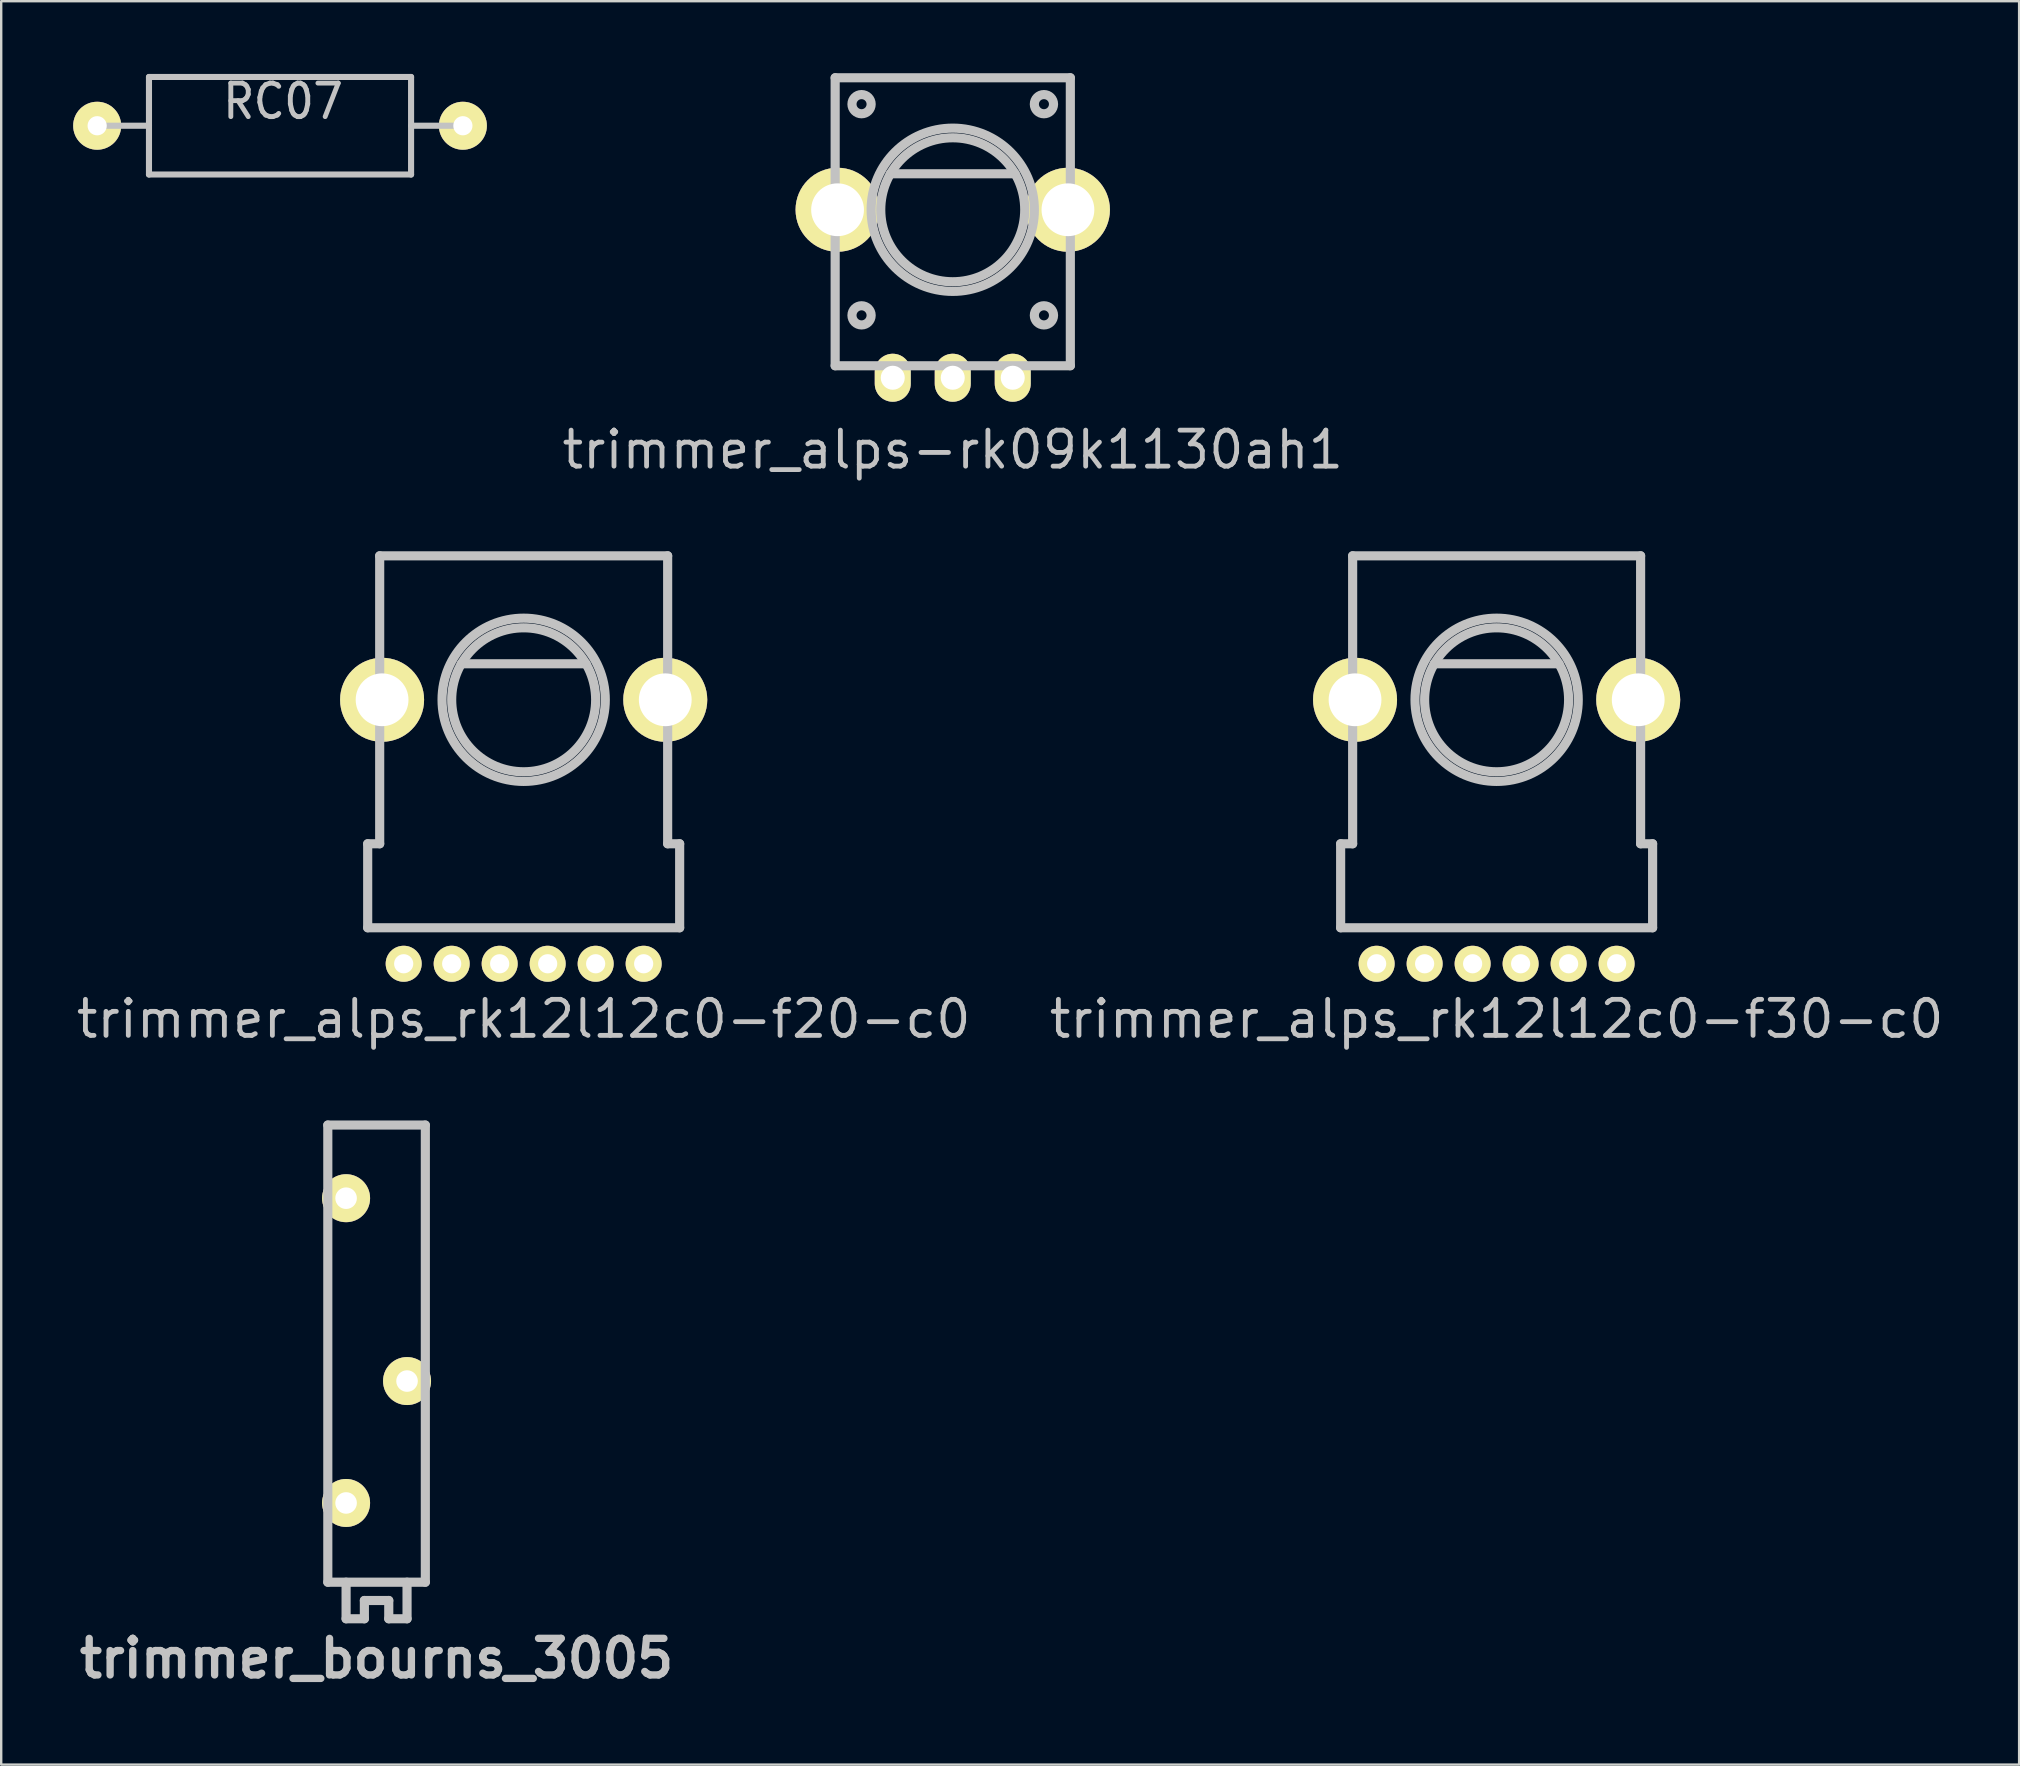
<source format=kicad_pcb>
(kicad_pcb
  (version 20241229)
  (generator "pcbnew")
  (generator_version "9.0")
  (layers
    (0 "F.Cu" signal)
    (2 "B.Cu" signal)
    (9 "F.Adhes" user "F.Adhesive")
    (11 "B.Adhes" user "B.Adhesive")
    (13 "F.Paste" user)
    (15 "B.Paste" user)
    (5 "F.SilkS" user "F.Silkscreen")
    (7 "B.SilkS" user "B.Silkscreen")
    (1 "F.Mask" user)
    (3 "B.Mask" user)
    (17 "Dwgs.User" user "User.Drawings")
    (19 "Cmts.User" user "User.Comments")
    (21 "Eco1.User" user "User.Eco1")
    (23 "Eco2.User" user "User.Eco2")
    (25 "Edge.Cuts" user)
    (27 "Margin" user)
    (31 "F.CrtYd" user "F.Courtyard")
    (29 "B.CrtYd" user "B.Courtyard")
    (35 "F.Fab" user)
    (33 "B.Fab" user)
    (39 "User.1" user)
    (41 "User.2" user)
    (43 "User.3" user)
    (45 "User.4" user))
  (footprint "trimmer_bourns_3005"
    (layer "F.Cu")
    (at 12.642 53.357)
    (property "Reference" "trimmer_bourns_3005" (at 0 12.7 0) (layer "Dwgs.User") (effects (font (size 1.524 1.524) (thickness 0.305))))
    (attr through_hole)
    (fp_line (start -2.032 -9.525) (end -2.032 9.525) (stroke (width 0.381) (type solid)) (layer "Dwgs.User"))
    (fp_line (start -2.032 9.525) (end 2.032 9.525) (stroke (width 0.381) (type solid)) (layer "Dwgs.User"))
    (fp_line (start -1.27 9.525) (end -1.27 11.049) (stroke (width 0.381) (type solid)) (layer "Dwgs.User"))
    (fp_line (start -0.508 10.287) (end 0.508 10.287) (stroke (width 0.381) (type solid)) (layer "Dwgs.User"))
    (fp_line (start -0.508 11.049) (end -1.27 11.049) (stroke (width 0.381) (type solid)) (layer "Dwgs.User"))
    (fp_line (start -0.508 11.049) (end -0.508 10.287) (stroke (width 0.381) (type solid)) (layer "Dwgs.User"))
    (fp_line (start 0.508 10.287) (end 0.508 11.049) (stroke (width 0.381) (type solid)) (layer "Dwgs.User"))
    (fp_line (start 0.508 11.049) (end 1.27 11.049) (stroke (width 0.381) (type solid)) (layer "Dwgs.User"))
    (fp_line (start 1.27 11.049) (end 1.27 9.525) (stroke (width 0.381) (type solid)) (layer "Dwgs.User"))
    (fp_line (start 2.032 -9.525) (end -2.032 -9.525) (stroke (width 0.381) (type solid)) (layer "Dwgs.User"))
    (fp_line (start 2.032 9.525) (end 2.032 -9.525) (stroke (width 0.381) (type solid)) (layer "Dwgs.User"))
    (pad "1" thru_hole oval (at -1.27 -6.477) (size 1.999 1.999) (drill 0.899) (layers "*.Cu" "*.Mask" "F.SilkS"))
    (pad "2" thru_hole oval (at 1.27 1.143) (size 1.999 1.999) (drill 0.899) (layers "*.Cu" "*.Mask" "F.SilkS"))
    (pad "3" thru_hole oval (at -1.27 6.223) (size 1.999 1.999) (drill 0.899) (layers "*.Cu" "*.Mask" "F.SilkS")))
  (footprint "trimmer_alps-rk09k1130ah1"
    (layer "F.Cu")
    (at 36.652 5.691)
    (property "Reference" "trimmer_alps-rk09k1130ah1" (at 0 10 0) (layer "Dwgs.User") (effects (font (size 1.501 1.501) (thickness 0.201))))
    (attr through_hole)
    (fp_line (start -4.9 -5.5) (end 4.9 -5.5) (stroke (width 0.381) (type solid)) (layer "Dwgs.User"))
    (fp_line (start -4.9 6.5) (end -4.9 -5.5) (stroke (width 0.381) (type solid)) (layer "Dwgs.User"))
    (fp_line (start -4.9 6.5) (end 4.9 6.5) (stroke (width 0.381) (type solid)) (layer "Dwgs.User"))
    (fp_line (start -2.601 -1.501) (end 2.601 -1.501) (stroke (width 0.381) (type solid)) (layer "Dwgs.User"))
    (fp_line (start 4.9 -5.5) (end 4.9 6.5) (stroke (width 0.381) (type solid)) (layer "Dwgs.User"))
    (fp_circle (center -3.8 -4.4) (end -4.2 -4.4) (stroke (width 0.381) (type solid)) (fill no) (layer "Dwgs.User"))
    (fp_circle (center -3.8 4.4) (end -4.2 4.4) (stroke (width 0.381) (type solid)) (fill no) (layer "Dwgs.User"))
    (fp_circle (center 0 0) (end -3.401 0) (stroke (width 0.381) (type solid)) (fill no) (layer "Dwgs.User"))
    (fp_circle (center 0 0) (end -3 0) (stroke (width 0.381) (type solid)) (fill no) (layer "Dwgs.User"))
    (fp_circle (center 3.8 -4.4) (end 3.4 -4.4) (stroke (width 0.381) (type solid)) (fill no) (layer "Dwgs.User"))
    (fp_circle (center 3.8 4.4) (end 4.2 4.4) (stroke (width 0.381) (type solid)) (fill no) (layer "Dwgs.User"))
    (pad "" thru_hole circle (at -4.8 0) (size 3.5 3.5) (drill 2.2) (layers "*.Cu" "*.Mask" "F.SilkS"))
    (pad "" thru_hole circle (at 4.8 0) (size 3.5 3.5) (drill 2.2) (layers "*.Cu" "*.Mask" "F.SilkS"))
    (pad "1" thru_hole oval (at -2.5 7) (size 1.5 2) (drill 1) (layers "*.Cu" "*.Mask" "F.SilkS"))
    (pad "2" thru_hole oval (at 0 7) (size 1.5 2) (drill 1) (layers "*.Cu" "*.Mask" "F.SilkS"))
    (pad "3" thru_hole oval (at 2.5 7) (size 1.5 2) (drill 1) (layers "*.Cu" "*.Mask" "F.SilkS")))
  (footprint "trimmer_alps_rk12l12c0-f30-c0"
    (layer "F.Cu")
    (at 59.316 26.111)
    (property "Reference" "trimmer_alps_rk12l12c0-f30-c0" (at 0 13.3 0) (layer "Dwgs.User") (effects (font (size 1.501 1.501) (thickness 0.201))))
    (attr through_hole)
    (fp_line (start -6.5 6) (end -6.5 9.5) (stroke (width 0.381) (type solid)) (layer "Dwgs.User"))
    (fp_line (start -6.5 9.5) (end 6.5 9.5) (stroke (width 0.381) (type solid)) (layer "Dwgs.User"))
    (fp_line (start -6 -6) (end -6 6) (stroke (width 0.381) (type solid)) (layer "Dwgs.User"))
    (fp_line (start -6 -6) (end 6 -6) (stroke (width 0.381) (type solid)) (layer "Dwgs.User"))
    (fp_line (start -6 6) (end -6.5 6) (stroke (width 0.381) (type solid)) (layer "Dwgs.User"))
    (fp_line (start -2.601 -1.501) (end 2.601 -1.501) (stroke (width 0.381) (type solid)) (layer "Dwgs.User"))
    (fp_line (start 6 -6) (end 6 6) (stroke (width 0.381) (type solid)) (layer "Dwgs.User"))
    (fp_line (start 6.5 6) (end 6 6) (stroke (width 0.381) (type solid)) (layer "Dwgs.User"))
    (fp_line (start 6.5 9.5) (end 6.5 6) (stroke (width 0.381) (type solid)) (layer "Dwgs.User"))
    (fp_circle (center 0 0) (end -3.401 0) (stroke (width 0.381) (type solid)) (fill no) (layer "Dwgs.User"))
    (fp_circle (center 0 0) (end -3 0) (stroke (width 0.381) (type solid)) (fill no) (layer "Dwgs.User"))
    (pad "" thru_hole circle (at -5.9 0) (size 3.5 3.5) (drill 2.2) (layers "*.Cu" "*.Mask" "F.SilkS"))
    (pad "" thru_hole circle (at 5.9 0) (size 3.5 3.5) (drill 2.2) (layers "*.Cu" "*.Mask" "F.SilkS"))
    (pad "1" thru_hole oval (at -1 11) (size 1.5 1.5) (drill 0.8) (layers "*.Cu" "*.Mask" "F.SilkS"))
    (pad "2" thru_hole oval (at 1 11) (size 1.5 1.5) (drill 0.8) (layers "*.Cu" "*.Mask" "F.SilkS"))
    (pad "3" thru_hole oval (at 3 11) (size 1.5 1.5) (drill 0.8) (layers "*.Cu" "*.Mask" "F.SilkS"))
    (pad "4" thru_hole oval (at -3 11) (size 1.5 1.5) (drill 0.8) (layers "*.Cu" "*.Mask" "F.SilkS"))
    (pad "5" thru_hole oval (at -5 11) (size 1.5 1.5) (drill 0.8) (layers "*.Cu" "*.Mask" "F.SilkS"))
    (pad "6" thru_hole oval (at 5 11) (size 1.5 1.5) (drill 0.8) (layers "*.Cu" "*.Mask" "F.SilkS")))
  (footprint "RC07"
    (layer "F.Cu")
    (at 8.619 2.19)
    (property "Reference" "RC07" (at 0.127 -1.016 0) (layer "Dwgs.User") (effects (font (size 1.397 1.27) (thickness 0.203))))
    (attr through_hole)
    (fp_line (start -7.62 0) (end -5.461 0) (stroke (width 0.254) (type solid)) (layer "Dwgs.User"))
    (fp_line (start -5.461 -2.032) (end 5.461 -2.032) (stroke (width 0.254) (type solid)) (layer "Dwgs.User"))
    (fp_line (start -5.461 0) (end -5.461 -2.032) (stroke (width 0.254) (type solid)) (layer "Dwgs.User"))
    (fp_line (start -5.461 2.032) (end -5.461 0) (stroke (width 0.254) (type solid)) (layer "Dwgs.User"))
    (fp_line (start 5.461 -2.032) (end 5.461 2.032) (stroke (width 0.254) (type solid)) (layer "Dwgs.User"))
    (fp_line (start 5.461 0) (end 7.62 0) (stroke (width 0.254) (type solid)) (layer "Dwgs.User"))
    (fp_line (start 5.461 2.032) (end -5.461 2.032) (stroke (width 0.254) (type solid)) (layer "Dwgs.User"))
    (pad "1" thru_hole circle (at -7.62 0) (size 1.999 1.999) (drill 0.8) (layers "*.Cu" "*.Mask" "F.SilkS"))
    (pad "2" thru_hole circle (at 7.62 0) (size 1.999 1.999) (drill 0.8) (layers "*.Cu" "*.Mask" "F.SilkS")))
  (footprint "trimmer_alps_rk12l12c0-f20-c0"
    (layer "F.Cu")
    (at 18.772 26.111)
    (property "Reference" "trimmer_alps_rk12l12c0-f20-c0" (at 0 13.3 0) (layer "Dwgs.User") (effects (font (size 1.501 1.501) (thickness 0.201))))
    (attr through_hole)
    (fp_line (start -6.5 6) (end -6.5 9.5) (stroke (width 0.381) (type solid)) (layer "Dwgs.User"))
    (fp_line (start -6.5 9.5) (end 6.5 9.5) (stroke (width 0.381) (type solid)) (layer "Dwgs.User"))
    (fp_line (start -6 -6) (end -6 6) (stroke (width 0.381) (type solid)) (layer "Dwgs.User"))
    (fp_line (start -6 -6) (end 6 -6) (stroke (width 0.381) (type solid)) (layer "Dwgs.User"))
    (fp_line (start -6 6) (end -6.5 6) (stroke (width 0.381) (type solid)) (layer "Dwgs.User"))
    (fp_line (start -2.601 -1.501) (end 2.601 -1.501) (stroke (width 0.381) (type solid)) (layer "Dwgs.User"))
    (fp_line (start 6 -6) (end 6 6) (stroke (width 0.381) (type solid)) (layer "Dwgs.User"))
    (fp_line (start 6.5 6) (end 6 6) (stroke (width 0.381) (type solid)) (layer "Dwgs.User"))
    (fp_line (start 6.5 9.5) (end 6.5 6) (stroke (width 0.381) (type solid)) (layer "Dwgs.User"))
    (fp_circle (center 0 0) (end -3.401 0) (stroke (width 0.381) (type solid)) (fill no) (layer "Dwgs.User"))
    (fp_circle (center 0 0) (end -3 0) (stroke (width 0.381) (type solid)) (fill no) (layer "Dwgs.User"))
    (pad "" thru_hole circle (at -5.9 0) (size 3.5 3.5) (drill 2.2) (layers "*.Cu" "*.Mask" "F.SilkS"))
    (pad "" thru_hole circle (at 5.9 0) (size 3.5 3.5) (drill 2.2) (layers "*.Cu" "*.Mask" "F.SilkS"))
    (pad "1" thru_hole oval (at -1 11) (size 1.5 1.5) (drill 0.8) (layers "*.Cu" "*.Mask" "F.SilkS"))
    (pad "2" thru_hole oval (at 1 11) (size 1.5 1.5) (drill 0.8) (layers "*.Cu" "*.Mask" "F.SilkS"))
    (pad "3" thru_hole oval (at 3 11) (size 1.5 1.5) (drill 0.8) (layers "*.Cu" "*.Mask" "F.SilkS"))
    (pad "4" thru_hole oval (at -3 11) (size 1.5 1.5) (drill 0.8) (layers "*.Cu" "*.Mask" "F.SilkS"))
    (pad "5" thru_hole oval (at -5 11) (size 1.5 1.5) (drill 0.8) (layers "*.Cu" "*.Mask" "F.SilkS"))
    (pad "6" thru_hole oval (at 5 11) (size 1.5 1.5) (drill 0.8) (layers "*.Cu" "*.Mask" "F.SilkS")))
  (gr_rect
    (start -3 -3)
    (end 81.089 70.484)
    (stroke (width 0.1) (type default))
    (fill no)
    (layer "Edge.Cuts")))
</source>
